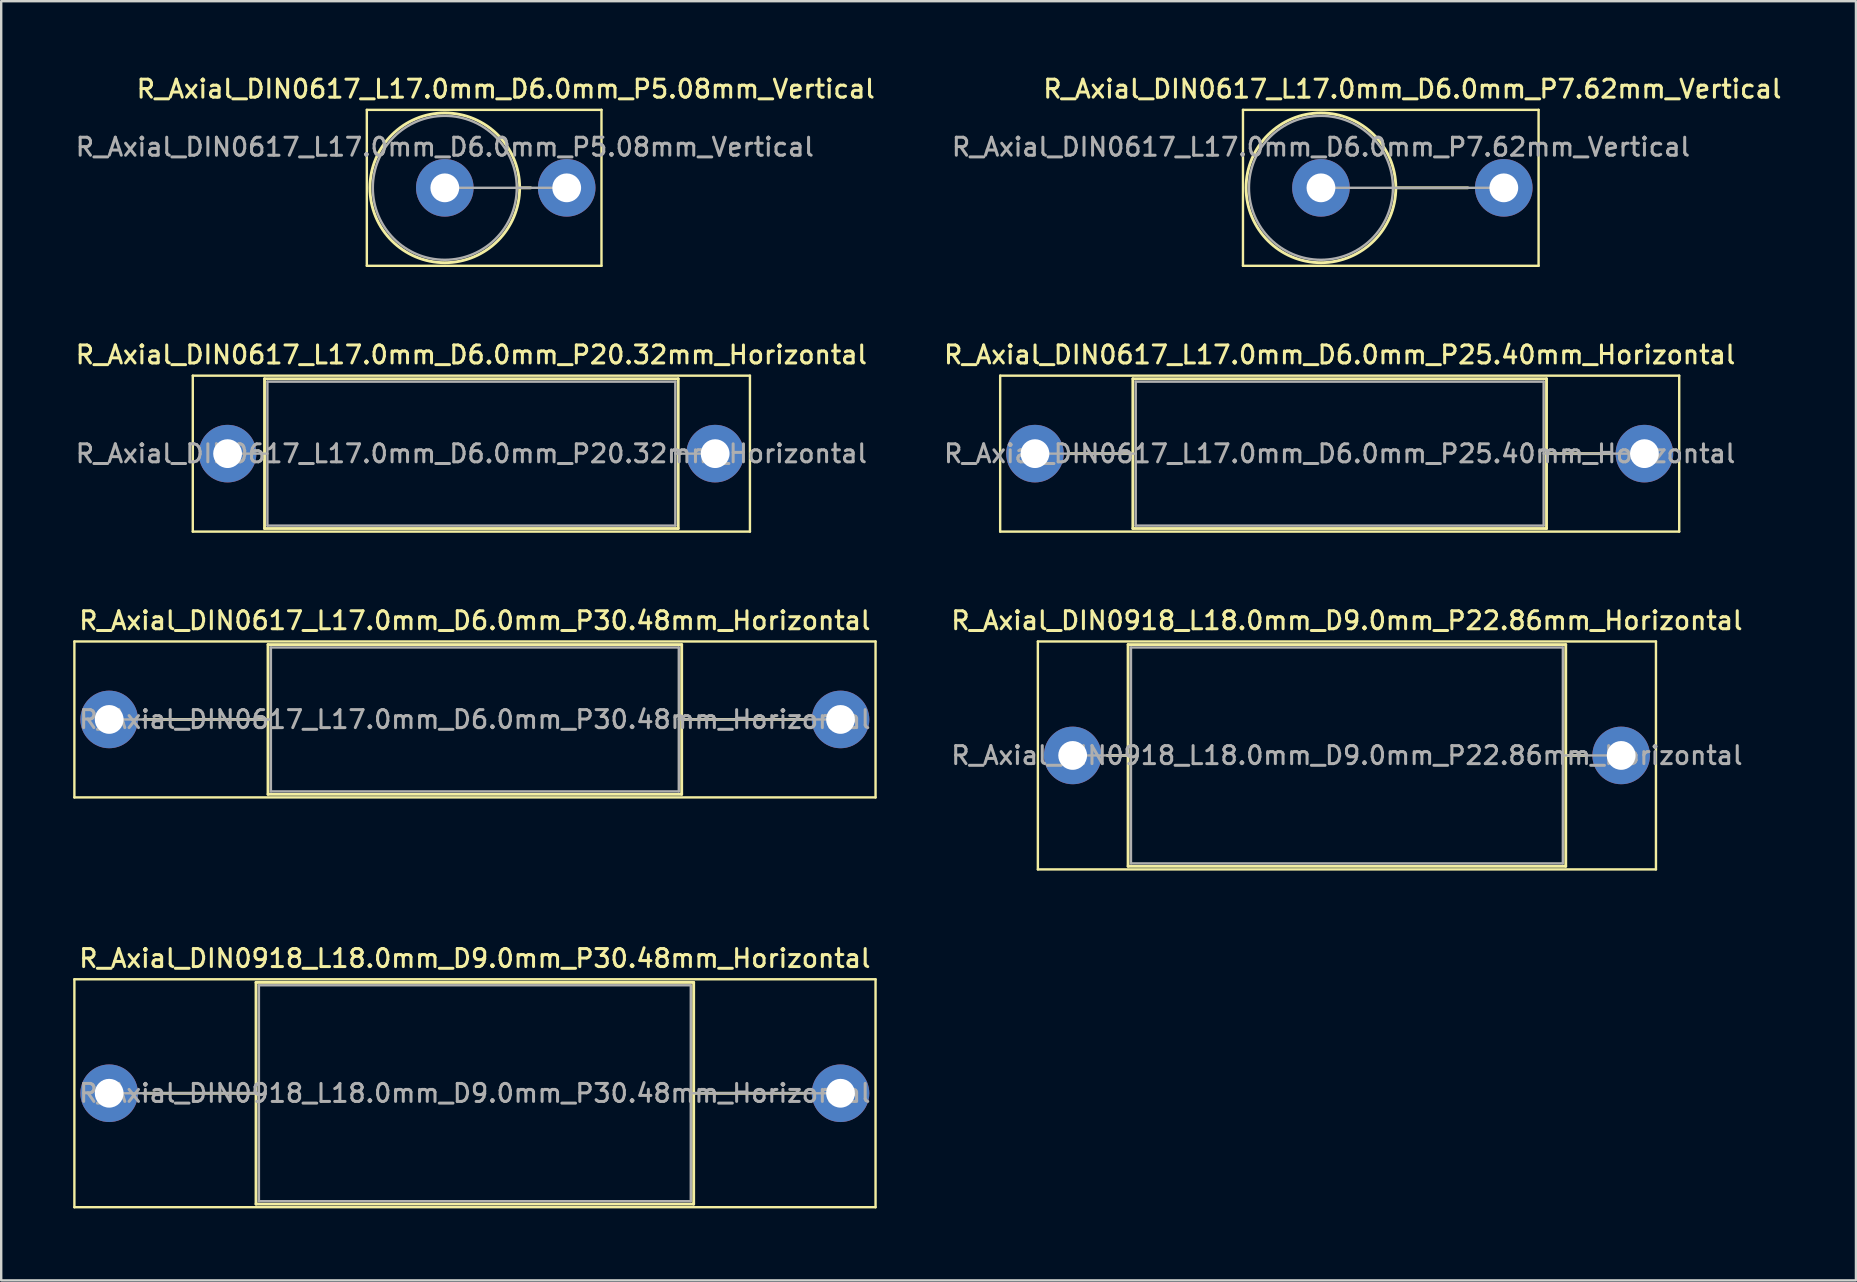
<source format=kicad_pcb>
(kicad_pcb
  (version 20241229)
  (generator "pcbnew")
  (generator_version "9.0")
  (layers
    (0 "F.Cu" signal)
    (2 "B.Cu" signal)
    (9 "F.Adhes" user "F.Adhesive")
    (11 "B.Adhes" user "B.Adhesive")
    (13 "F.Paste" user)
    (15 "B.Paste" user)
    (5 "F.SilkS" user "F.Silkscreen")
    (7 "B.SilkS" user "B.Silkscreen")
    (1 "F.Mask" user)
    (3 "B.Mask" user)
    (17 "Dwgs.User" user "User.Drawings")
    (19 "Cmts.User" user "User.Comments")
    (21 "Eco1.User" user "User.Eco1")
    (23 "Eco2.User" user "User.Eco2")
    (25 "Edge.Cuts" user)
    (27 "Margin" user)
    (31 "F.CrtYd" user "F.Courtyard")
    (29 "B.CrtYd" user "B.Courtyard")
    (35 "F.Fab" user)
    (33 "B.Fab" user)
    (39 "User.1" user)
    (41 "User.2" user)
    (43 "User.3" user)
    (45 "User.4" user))
  (footprint "R_Axial_DIN0617_L17.0mm_D6.0mm_P5.08mm_Vertical"
    (layer "F.Cu")
    (at 15.488 4.778)
    (property "Reference" "R_Axial_DIN0617_L17.0mm_D6.0mm_P5.08mm_Vertical" (at 2.54 -4.12 0) (layer "F.SilkS") (effects (font (size 0.75 0.75) (thickness 0.125))))
    (attr through_hole)
    (fp_line (start -3.25 -3.25) (end -3.25 3.25) (stroke (width 0.1) (type solid)) (layer "F.SilkS"))
    (fp_line (start -3.25 3.25) (end 6.53 3.25) (stroke (width 0.1) (type solid)) (layer "F.SilkS"))
    (fp_line (start 3.12 0) (end 3.58 0) (stroke (width 0.12) (type solid)) (layer "F.SilkS"))
    (fp_line (start 6.53 -3.25) (end -3.25 -3.25) (stroke (width 0.1) (type solid)) (layer "F.SilkS"))
    (fp_line (start 6.53 3.25) (end 6.53 -3.25) (stroke (width 0.1) (type solid)) (layer "F.SilkS"))
    (fp_circle (center 0 0) (end 3.12 0) (stroke (width 0.12) (type solid)) (fill no) (layer "F.SilkS"))
    (fp_line (start 0 0) (end 5.08 0) (stroke (width 0.1) (type solid)) (layer "F.Fab"))
    (fp_circle (center 0 0) (end 3 0) (stroke (width 0.1) (type solid)) (fill no) (layer "F.Fab"))
    (fp_text user "${REFERENCE}" (at 0 -1.7 0) (layer "F.Fab") (effects (font (size 0.75 0.75) (thickness 0.125))))
    (pad "1" thru_hole circle (at 0 0) (size 2.4 2.4) (drill 1.2) (layers "*.Cu" "*.Mask"))
    (pad "2" thru_hole oval (at 5.08 0) (size 2.4 2.4) (drill 1.2) (layers "*.Cu" "*.Mask")))
  (footprint "R_Axial_DIN0617_L17.0mm_D6.0mm_P30.48mm_Horizontal"
    (layer "F.Cu")
    (at 1.5 26.934)
    (property "Reference" "R_Axial_DIN0617_L17.0mm_D6.0mm_P30.48mm_Horizontal" (at 15.24 -4.12 0) (layer "F.SilkS") (effects (font (size 0.75 0.75) (thickness 0.125))))
    (attr through_hole)
    (fp_line (start -1.45 -3.25) (end -1.45 3.25) (stroke (width 0.1) (type solid)) (layer "F.SilkS"))
    (fp_line (start -1.45 3.25) (end 31.94 3.25) (stroke (width 0.1) (type solid)) (layer "F.SilkS"))
    (fp_line (start 1.44 0) (end 6.62 0) (stroke (width 0.12) (type solid)) (layer "F.SilkS"))
    (fp_line (start 6.62 -3.12) (end 6.62 3.12) (stroke (width 0.12) (type solid)) (layer "F.SilkS"))
    (fp_line (start 6.62 3.12) (end 23.86 3.12) (stroke (width 0.12) (type solid)) (layer "F.SilkS"))
    (fp_line (start 23.86 -3.12) (end 6.62 -3.12) (stroke (width 0.12) (type solid)) (layer "F.SilkS"))
    (fp_line (start 23.86 3.12) (end 23.86 -3.12) (stroke (width 0.12) (type solid)) (layer "F.SilkS"))
    (fp_line (start 29.04 0) (end 23.86 0) (stroke (width 0.12) (type solid)) (layer "F.SilkS"))
    (fp_line (start 31.94 -3.25) (end -1.45 -3.25) (stroke (width 0.1) (type solid)) (layer "F.SilkS"))
    (fp_line (start 31.94 3.25) (end 31.94 -3.25) (stroke (width 0.1) (type solid)) (layer "F.SilkS"))
    (fp_line (start 0 0) (end 6.74 0) (stroke (width 0.1) (type solid)) (layer "F.Fab"))
    (fp_line (start 6.74 -3) (end 6.74 3) (stroke (width 0.1) (type solid)) (layer "F.Fab"))
    (fp_line (start 6.74 3) (end 23.74 3) (stroke (width 0.1) (type solid)) (layer "F.Fab"))
    (fp_line (start 23.74 -3) (end 6.74 -3) (stroke (width 0.1) (type solid)) (layer "F.Fab"))
    (fp_line (start 23.74 3) (end 23.74 -3) (stroke (width 0.1) (type solid)) (layer "F.Fab"))
    (fp_line (start 30.48 0) (end 23.74 0) (stroke (width 0.1) (type solid)) (layer "F.Fab"))
    (fp_text user "${REFERENCE}" (at 15.24 0 0) (layer "F.Fab") (effects (font (size 0.75 0.75) (thickness 0.125))))
    (pad "1" thru_hole circle (at 0 0) (size 2.4 2.4) (drill 1.2) (layers "*.Cu" "*.Mask"))
    (pad "2" thru_hole oval (at 30.48 0) (size 2.4 2.4) (drill 1.2) (layers "*.Cu" "*.Mask")))
  (footprint "R_Axial_DIN0617_L17.0mm_D6.0mm_P7.62mm_Vertical"
    (layer "F.Cu")
    (at 52.003 4.778)
    (property "Reference" "R_Axial_DIN0617_L17.0mm_D6.0mm_P7.62mm_Vertical" (at 3.81 -4.12 0) (layer "F.SilkS") (effects (font (size 0.75 0.75) (thickness 0.125))))
    (attr through_hole)
    (fp_line (start -3.25 -3.25) (end -3.25 3.25) (stroke (width 0.1) (type solid)) (layer "F.SilkS"))
    (fp_line (start -3.25 3.25) (end 9.07 3.25) (stroke (width 0.1) (type solid)) (layer "F.SilkS"))
    (fp_line (start 3.12 0) (end 6.12 0) (stroke (width 0.12) (type solid)) (layer "F.SilkS"))
    (fp_line (start 9.07 -3.25) (end -3.25 -3.25) (stroke (width 0.1) (type solid)) (layer "F.SilkS"))
    (fp_line (start 9.07 3.25) (end 9.07 -3.25) (stroke (width 0.1) (type solid)) (layer "F.SilkS"))
    (fp_circle (center 0 0) (end 3.12 0) (stroke (width 0.12) (type solid)) (fill no) (layer "F.SilkS"))
    (fp_line (start 0 0) (end 7.62 0) (stroke (width 0.1) (type solid)) (layer "F.Fab"))
    (fp_circle (center 0 0) (end 3 0) (stroke (width 0.1) (type solid)) (fill no) (layer "F.Fab"))
    (fp_text user "${REFERENCE}" (at 0 -1.7 0) (layer "F.Fab") (effects (font (size 0.75 0.75) (thickness 0.125))))
    (pad "1" thru_hole circle (at 0 0) (size 2.4 2.4) (drill 1.2) (layers "*.Cu" "*.Mask"))
    (pad "2" thru_hole oval (at 7.62 0) (size 2.4 2.4) (drill 1.2) (layers "*.Cu" "*.Mask")))
  (footprint "R_Axial_DIN0918_L18.0mm_D9.0mm_P30.48mm_Horizontal"
    (layer "F.Cu")
    (at 1.5 42.513)
    (property "Reference" "R_Axial_DIN0918_L18.0mm_D9.0mm_P30.48mm_Horizontal" (at 15.24 -5.62 0) (layer "F.SilkS") (effects (font (size 0.75 0.75) (thickness 0.125))))
    (attr through_hole)
    (fp_line (start -1.45 -4.75) (end -1.45 4.75) (stroke (width 0.1) (type solid)) (layer "F.SilkS"))
    (fp_line (start -1.45 4.75) (end 31.94 4.75) (stroke (width 0.1) (type solid)) (layer "F.SilkS"))
    (fp_line (start 1.44 0) (end 6.12 0) (stroke (width 0.12) (type solid)) (layer "F.SilkS"))
    (fp_line (start 6.12 -4.62) (end 6.12 4.62) (stroke (width 0.12) (type solid)) (layer "F.SilkS"))
    (fp_line (start 6.12 4.62) (end 24.36 4.62) (stroke (width 0.12) (type solid)) (layer "F.SilkS"))
    (fp_line (start 24.36 -4.62) (end 6.12 -4.62) (stroke (width 0.12) (type solid)) (layer "F.SilkS"))
    (fp_line (start 24.36 4.62) (end 24.36 -4.62) (stroke (width 0.12) (type solid)) (layer "F.SilkS"))
    (fp_line (start 29.04 0) (end 24.36 0) (stroke (width 0.12) (type solid)) (layer "F.SilkS"))
    (fp_line (start 31.94 -4.75) (end -1.45 -4.75) (stroke (width 0.1) (type solid)) (layer "F.SilkS"))
    (fp_line (start 31.94 4.75) (end 31.94 -4.75) (stroke (width 0.1) (type solid)) (layer "F.SilkS"))
    (fp_line (start 0 0) (end 6.24 0) (stroke (width 0.1) (type solid)) (layer "F.Fab"))
    (fp_line (start 6.24 -4.5) (end 6.24 4.5) (stroke (width 0.1) (type solid)) (layer "F.Fab"))
    (fp_line (start 6.24 4.5) (end 24.24 4.5) (stroke (width 0.1) (type solid)) (layer "F.Fab"))
    (fp_line (start 24.24 -4.5) (end 6.24 -4.5) (stroke (width 0.1) (type solid)) (layer "F.Fab"))
    (fp_line (start 24.24 4.5) (end 24.24 -4.5) (stroke (width 0.1) (type solid)) (layer "F.Fab"))
    (fp_line (start 30.48 0) (end 24.24 0) (stroke (width 0.1) (type solid)) (layer "F.Fab"))
    (fp_text user "${REFERENCE}" (at 15.24 0 0) (layer "F.Fab") (effects (font (size 0.75 0.75) (thickness 0.125))))
    (pad "1" thru_hole circle (at 0 0) (size 2.4 2.4) (drill 1.2) (layers "*.Cu" "*.Mask"))
    (pad "2" thru_hole oval (at 30.48 0) (size 2.4 2.4) (drill 1.2) (layers "*.Cu" "*.Mask")))
  (footprint "R_Axial_DIN0617_L17.0mm_D6.0mm_P20.32mm_Horizontal"
    (layer "F.Cu")
    (at 6.435 15.856)
    (property "Reference" "R_Axial_DIN0617_L17.0mm_D6.0mm_P20.32mm_Horizontal" (at 10.16 -4.12 0) (layer "F.SilkS") (effects (font (size 0.75 0.75) (thickness 0.125))))
    (attr through_hole)
    (fp_line (start -1.45 -3.25) (end -1.45 3.25) (stroke (width 0.1) (type solid)) (layer "F.SilkS"))
    (fp_line (start -1.45 3.25) (end 21.77 3.25) (stroke (width 0.1) (type solid)) (layer "F.SilkS"))
    (fp_line (start 1.44 0) (end 1.54 0) (stroke (width 0.12) (type solid)) (layer "F.SilkS"))
    (fp_line (start 1.54 -3.12) (end 1.54 3.12) (stroke (width 0.12) (type solid)) (layer "F.SilkS"))
    (fp_line (start 1.54 3.12) (end 18.78 3.12) (stroke (width 0.12) (type solid)) (layer "F.SilkS"))
    (fp_line (start 18.78 -3.12) (end 1.54 -3.12) (stroke (width 0.12) (type solid)) (layer "F.SilkS"))
    (fp_line (start 18.78 3.12) (end 18.78 -3.12) (stroke (width 0.12) (type solid)) (layer "F.SilkS"))
    (fp_line (start 18.88 0) (end 18.78 0) (stroke (width 0.12) (type solid)) (layer "F.SilkS"))
    (fp_line (start 21.77 -3.25) (end -1.45 -3.25) (stroke (width 0.1) (type solid)) (layer "F.SilkS"))
    (fp_line (start 21.77 3.25) (end 21.77 -3.25) (stroke (width 0.1) (type solid)) (layer "F.SilkS"))
    (fp_line (start 0 0) (end 1.66 0) (stroke (width 0.1) (type solid)) (layer "F.Fab"))
    (fp_line (start 1.66 -3) (end 1.66 3) (stroke (width 0.1) (type solid)) (layer "F.Fab"))
    (fp_line (start 1.66 3) (end 18.66 3) (stroke (width 0.1) (type solid)) (layer "F.Fab"))
    (fp_line (start 18.66 -3) (end 1.66 -3) (stroke (width 0.1) (type solid)) (layer "F.Fab"))
    (fp_line (start 18.66 3) (end 18.66 -3) (stroke (width 0.1) (type solid)) (layer "F.Fab"))
    (fp_line (start 20.32 0) (end 18.66 0) (stroke (width 0.1) (type solid)) (layer "F.Fab"))
    (fp_text user "${REFERENCE}" (at 10.16 0 0) (layer "F.Fab") (effects (font (size 0.75 0.75) (thickness 0.125))))
    (pad "1" thru_hole circle (at 0 0) (size 2.4 2.4) (drill 1.2) (layers "*.Cu" "*.Mask"))
    (pad "2" thru_hole oval (at 20.32 0) (size 2.4 2.4) (drill 1.2) (layers "*.Cu" "*.Mask")))
  (footprint "R_Axial_DIN0617_L17.0mm_D6.0mm_P25.40mm_Horizontal"
    (layer "F.Cu")
    (at 40.084 15.856)
    (property "Reference" "R_Axial_DIN0617_L17.0mm_D6.0mm_P25.40mm_Horizontal" (at 12.7 -4.12 0) (layer "F.SilkS") (effects (font (size 0.75 0.75) (thickness 0.125))))
    (attr through_hole)
    (fp_line (start -1.45 -3.25) (end -1.45 3.25) (stroke (width 0.1) (type solid)) (layer "F.SilkS"))
    (fp_line (start -1.45 3.25) (end 26.85 3.25) (stroke (width 0.1) (type solid)) (layer "F.SilkS"))
    (fp_line (start 1.44 0) (end 4.08 0) (stroke (width 0.12) (type solid)) (layer "F.SilkS"))
    (fp_line (start 4.08 -3.12) (end 4.08 3.12) (stroke (width 0.12) (type solid)) (layer "F.SilkS"))
    (fp_line (start 4.08 3.12) (end 21.32 3.12) (stroke (width 0.12) (type solid)) (layer "F.SilkS"))
    (fp_line (start 21.32 -3.12) (end 4.08 -3.12) (stroke (width 0.12) (type solid)) (layer "F.SilkS"))
    (fp_line (start 21.32 3.12) (end 21.32 -3.12) (stroke (width 0.12) (type solid)) (layer "F.SilkS"))
    (fp_line (start 23.96 0) (end 21.32 0) (stroke (width 0.12) (type solid)) (layer "F.SilkS"))
    (fp_line (start 26.85 -3.25) (end -1.45 -3.25) (stroke (width 0.1) (type solid)) (layer "F.SilkS"))
    (fp_line (start 26.85 3.25) (end 26.85 -3.25) (stroke (width 0.1) (type solid)) (layer "F.SilkS"))
    (fp_line (start 0 0) (end 4.2 0) (stroke (width 0.1) (type solid)) (layer "F.Fab"))
    (fp_line (start 4.2 -3) (end 4.2 3) (stroke (width 0.1) (type solid)) (layer "F.Fab"))
    (fp_line (start 4.2 3) (end 21.2 3) (stroke (width 0.1) (type solid)) (layer "F.Fab"))
    (fp_line (start 21.2 -3) (end 4.2 -3) (stroke (width 0.1) (type solid)) (layer "F.Fab"))
    (fp_line (start 21.2 3) (end 21.2 -3) (stroke (width 0.1) (type solid)) (layer "F.Fab"))
    (fp_line (start 25.4 0) (end 21.2 0) (stroke (width 0.1) (type solid)) (layer "F.Fab"))
    (fp_text user "${REFERENCE}" (at 12.7 0 0) (layer "F.Fab") (effects (font (size 0.75 0.75) (thickness 0.125))))
    (pad "1" thru_hole circle (at 0 0) (size 2.4 2.4) (drill 1.2) (layers "*.Cu" "*.Mask"))
    (pad "2" thru_hole oval (at 25.4 0) (size 2.4 2.4) (drill 1.2) (layers "*.Cu" "*.Mask")))
  (footprint "R_Axial_DIN0918_L18.0mm_D9.0mm_P22.86mm_Horizontal"
    (layer "F.Cu")
    (at 41.655 28.434)
    (property "Reference" "R_Axial_DIN0918_L18.0mm_D9.0mm_P22.86mm_Horizontal" (at 11.43 -5.62 0) (layer "F.SilkS") (effects (font (size 0.75 0.75) (thickness 0.125))))
    (attr through_hole)
    (fp_line (start -1.45 -4.75) (end -1.45 4.75) (stroke (width 0.1) (type solid)) (layer "F.SilkS"))
    (fp_line (start -1.45 4.75) (end 24.31 4.75) (stroke (width 0.1) (type solid)) (layer "F.SilkS"))
    (fp_line (start 1.44 0) (end 2.31 0) (stroke (width 0.12) (type solid)) (layer "F.SilkS"))
    (fp_line (start 2.31 -4.62) (end 2.31 4.62) (stroke (width 0.12) (type solid)) (layer "F.SilkS"))
    (fp_line (start 2.31 4.62) (end 20.55 4.62) (stroke (width 0.12) (type solid)) (layer "F.SilkS"))
    (fp_line (start 20.55 -4.62) (end 2.31 -4.62) (stroke (width 0.12) (type solid)) (layer "F.SilkS"))
    (fp_line (start 20.55 4.62) (end 20.55 -4.62) (stroke (width 0.12) (type solid)) (layer "F.SilkS"))
    (fp_line (start 21.42 0) (end 20.55 0) (stroke (width 0.12) (type solid)) (layer "F.SilkS"))
    (fp_line (start 24.31 -4.75) (end -1.45 -4.75) (stroke (width 0.1) (type solid)) (layer "F.SilkS"))
    (fp_line (start 24.31 4.75) (end 24.31 -4.75) (stroke (width 0.1) (type solid)) (layer "F.SilkS"))
    (fp_line (start 0 0) (end 2.43 0) (stroke (width 0.1) (type solid)) (layer "F.Fab"))
    (fp_line (start 2.43 -4.5) (end 2.43 4.5) (stroke (width 0.1) (type solid)) (layer "F.Fab"))
    (fp_line (start 2.43 4.5) (end 20.43 4.5) (stroke (width 0.1) (type solid)) (layer "F.Fab"))
    (fp_line (start 20.43 -4.5) (end 2.43 -4.5) (stroke (width 0.1) (type solid)) (layer "F.Fab"))
    (fp_line (start 20.43 4.5) (end 20.43 -4.5) (stroke (width 0.1) (type solid)) (layer "F.Fab"))
    (fp_line (start 22.86 0) (end 20.43 0) (stroke (width 0.1) (type solid)) (layer "F.Fab"))
    (fp_text user "${REFERENCE}" (at 11.43 0 0) (layer "F.Fab") (effects (font (size 0.75 0.75) (thickness 0.125))))
    (pad "1" thru_hole circle (at 0 0) (size 2.4 2.4) (drill 1.2) (layers "*.Cu" "*.Mask"))
    (pad "2" thru_hole oval (at 22.86 0) (size 2.4 2.4) (drill 1.2) (layers "*.Cu" "*.Mask")))
  (gr_rect
    (start -3 -3)
    (end 74.3 50.312)
    (stroke (width 0.1) (type default))
    (fill no)
    (layer "Edge.Cuts")))
</source>
